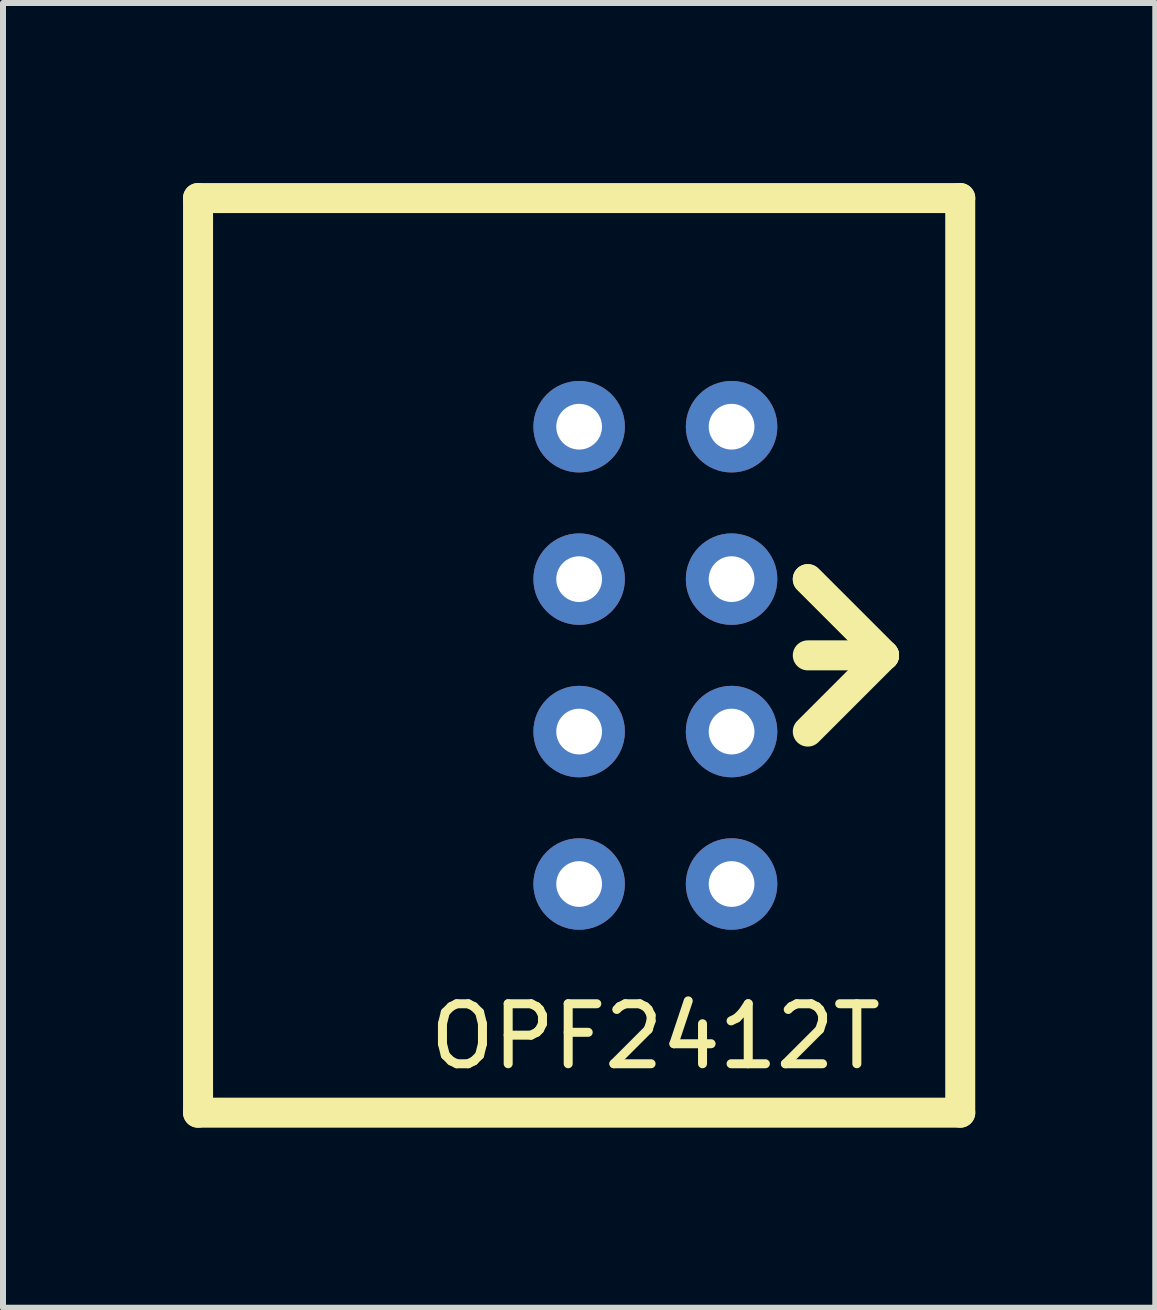
<source format=kicad_pcb>
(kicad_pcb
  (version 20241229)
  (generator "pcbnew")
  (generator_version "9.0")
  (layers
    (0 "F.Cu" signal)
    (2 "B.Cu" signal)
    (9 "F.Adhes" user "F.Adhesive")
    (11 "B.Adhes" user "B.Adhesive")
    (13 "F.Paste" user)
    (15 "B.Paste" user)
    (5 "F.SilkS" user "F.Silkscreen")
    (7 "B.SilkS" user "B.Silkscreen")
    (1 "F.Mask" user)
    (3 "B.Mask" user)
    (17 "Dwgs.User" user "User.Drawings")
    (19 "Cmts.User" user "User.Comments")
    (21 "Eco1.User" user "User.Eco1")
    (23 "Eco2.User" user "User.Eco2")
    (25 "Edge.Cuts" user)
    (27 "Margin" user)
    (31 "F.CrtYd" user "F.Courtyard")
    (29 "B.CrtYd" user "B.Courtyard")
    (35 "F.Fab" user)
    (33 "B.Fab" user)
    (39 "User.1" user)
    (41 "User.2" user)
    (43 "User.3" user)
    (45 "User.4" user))
  (footprint "OPF2412T"
    (layer "F.Cu")
    (at 7.87 7.87)
    (property "Reference" "OPF2412T" (at 0 6.35 0) (layer "F.SilkS") (effects (font (size 1 1) (thickness 0.15))))
    (attr through_hole)
    (fp_line (start -7.62 7.62) (end -7.62 -7.62) (stroke (width 0.5) (type solid)) (layer "F.SilkS"))
    (fp_line (start 2.54 -1.27) (end 3.81 0) (stroke (width 0.5) (type solid)) (layer "F.SilkS"))
    (fp_line (start 2.54 0) (end 3.81 0) (stroke (width 0.5) (type solid)) (layer "F.SilkS"))
    (fp_line (start 3.81 0) (end 2.54 -1.27) (stroke (width 0.5) (type solid)) (layer "F.SilkS"))
    (fp_line (start 3.81 0) (end 2.54 1.27) (stroke (width 0.5) (type solid)) (layer "F.SilkS"))
    (fp_line (start 5.08 -7.62) (end -7.62 -7.62) (stroke (width 0.5) (type solid)) (layer "F.SilkS"))
    (fp_line (start 5.08 -7.62) (end 5.08 7.62) (stroke (width 0.5) (type solid)) (layer "F.SilkS"))
    (fp_line (start 5.08 7.62) (end -7.62 7.62) (stroke (width 0.5) (type solid)) (layer "F.SilkS"))
    (pad "1" thru_hole circle (at -1.27 -3.81) (size 1.524 1.524) (drill 0.762) (layers "*.Cu" "*.Mask"))
    (pad "2" thru_hole circle (at -1.27 -1.27) (size 1.524 1.524) (drill 0.762) (layers "*.Cu" "*.Mask"))
    (pad "3" thru_hole circle (at -1.27 1.27) (size 1.524 1.524) (drill 0.762) (layers "*.Cu" "*.Mask"))
    (pad "4" thru_hole circle (at -1.27 3.81) (size 1.524 1.524) (drill 0.762) (layers "*.Cu" "*.Mask"))
    (pad "5" thru_hole circle (at 1.27 3.81) (size 1.524 1.524) (drill 0.762) (layers "*.Cu" "*.Mask"))
    (pad "6" thru_hole circle (at 1.27 1.27) (size 1.524 1.524) (drill 0.762) (layers "*.Cu" "*.Mask"))
    (pad "7" thru_hole circle (at 1.27 -1.27) (size 1.524 1.524) (drill 0.762) (layers "*.Cu" "*.Mask"))
    (pad "8" thru_hole circle (at 1.27 -3.81) (size 1.524 1.524) (drill 0.762) (layers "*.Cu" "*.Mask")))
  (gr_rect
    (start -3 -3)
    (end 16.2 18.74)
    (stroke (width 0.1) (type default))
    (fill no)
    (layer "Edge.Cuts")))
</source>
